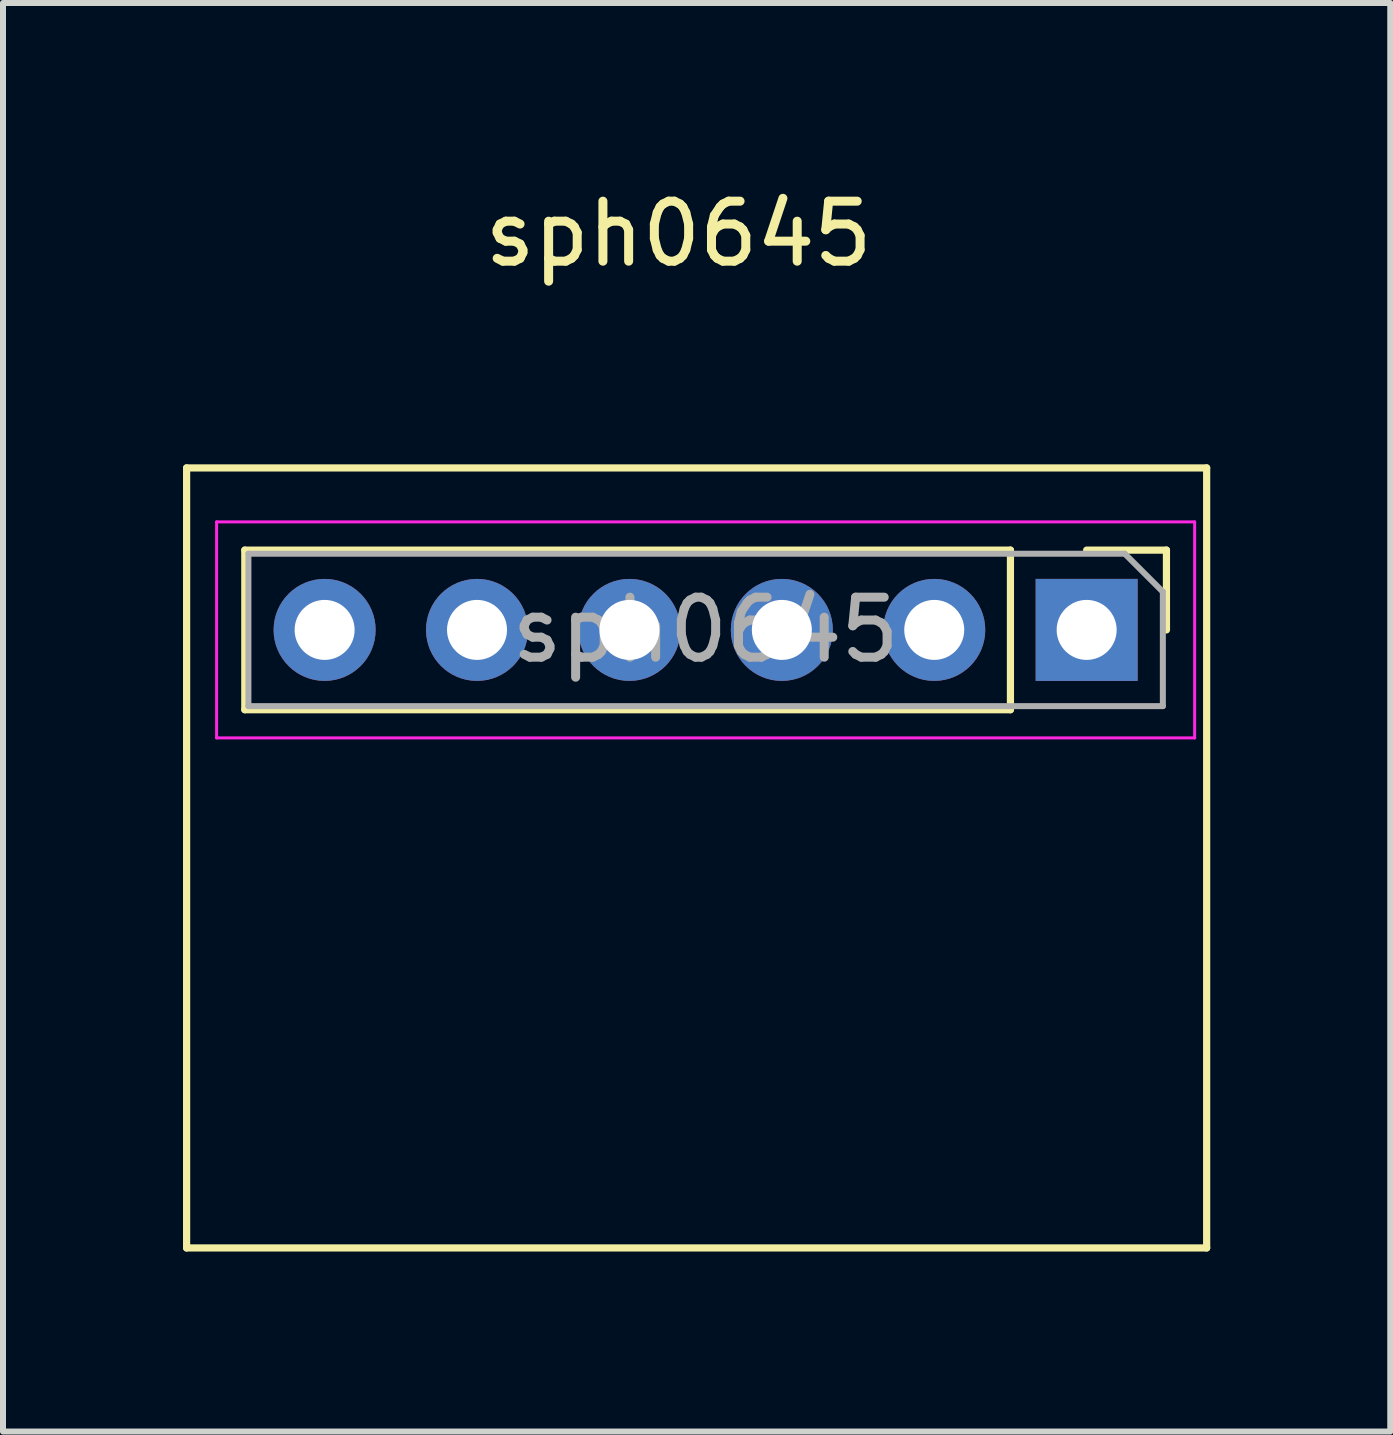
<source format=kicad_pcb>
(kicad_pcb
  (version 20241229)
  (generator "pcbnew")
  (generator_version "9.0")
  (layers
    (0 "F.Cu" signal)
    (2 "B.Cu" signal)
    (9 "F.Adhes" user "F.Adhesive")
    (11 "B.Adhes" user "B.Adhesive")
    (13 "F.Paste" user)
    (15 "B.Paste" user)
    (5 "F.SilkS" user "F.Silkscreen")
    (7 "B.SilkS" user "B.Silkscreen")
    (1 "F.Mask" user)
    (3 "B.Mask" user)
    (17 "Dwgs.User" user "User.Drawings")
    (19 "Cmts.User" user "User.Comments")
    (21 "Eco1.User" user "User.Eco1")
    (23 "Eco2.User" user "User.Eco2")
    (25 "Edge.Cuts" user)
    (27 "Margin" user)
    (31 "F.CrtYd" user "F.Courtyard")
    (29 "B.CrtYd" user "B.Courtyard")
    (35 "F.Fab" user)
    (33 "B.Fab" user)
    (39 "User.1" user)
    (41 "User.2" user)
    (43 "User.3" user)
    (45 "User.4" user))
  (footprint "sph0645"
    (layer "F.Cu")
    (at 8.26 8.048)
    (property "Reference" "sph0645" (at 0 -7.2 180) (layer "F.SilkS") (effects (font (size 1 1) (thickness 0.15))))
    (attr through_hole)
    (fp_line (start -8.2 -3.3) (end 8.8 -3.3) (stroke (width 0.12) (type solid)) (layer "F.SilkS"))
    (fp_line (start -8.2 9.7) (end -8.2 -3.3) (stroke (width 0.12) (type solid)) (layer "F.SilkS"))
    (fp_line (start -7.23 -1.93) (end -7.23 0.73) (stroke (width 0.12) (type solid)) (layer "F.SilkS"))
    (fp_line (start 5.53 -1.93) (end -7.23 -1.93) (stroke (width 0.12) (type solid)) (layer "F.SilkS"))
    (fp_line (start 5.53 -1.93) (end 5.53 0.73) (stroke (width 0.12) (type solid)) (layer "F.SilkS"))
    (fp_line (start 5.53 0.73) (end -7.23 0.73) (stroke (width 0.12) (type solid)) (layer "F.SilkS"))
    (fp_line (start 6.8 -1.93) (end 8.13 -1.93) (stroke (width 0.12) (type solid)) (layer "F.SilkS"))
    (fp_line (start 8.13 -1.93) (end 8.13 -0.6) (stroke (width 0.12) (type solid)) (layer "F.SilkS"))
    (fp_line (start 8.8 -3.3) (end 8.8 9.7) (stroke (width 0.12) (type solid)) (layer "F.SilkS"))
    (fp_line (start 8.8 9.7) (end -8.2 9.7) (stroke (width 0.12) (type solid)) (layer "F.SilkS"))
    (fp_line (start -7.7 -2.4) (end -7.7 1.2) (stroke (width 0.05) (type solid)) (layer "F.CrtYd"))
    (fp_line (start -7.7 1.2) (end 8.6 1.2) (stroke (width 0.05) (type solid)) (layer "F.CrtYd"))
    (fp_line (start 8.6 -2.4) (end -7.7 -2.4) (stroke (width 0.05) (type solid)) (layer "F.CrtYd"))
    (fp_line (start 8.6 1.2) (end 8.6 -2.4) (stroke (width 0.05) (type solid)) (layer "F.CrtYd"))
    (fp_line (start -7.17 -1.87) (end 7.435 -1.87) (stroke (width 0.1) (type solid)) (layer "F.Fab"))
    (fp_line (start -7.17 0.67) (end -7.17 -1.87) (stroke (width 0.1) (type solid)) (layer "F.Fab"))
    (fp_line (start 7.435 -1.87) (end 8.07 -1.235) (stroke (width 0.1) (type solid)) (layer "F.Fab"))
    (fp_line (start 8.07 -1.235) (end 8.07 0.67) (stroke (width 0.1) (type solid)) (layer "F.Fab"))
    (fp_line (start 8.07 0.67) (end -7.17 0.67) (stroke (width 0.1) (type solid)) (layer "F.Fab"))
    (fp_text user "${REFERENCE}" (at 0.45 -0.6 0) (layer "F.Fab") (effects (font (size 1 1) (thickness 0.15))))
    (pad "1" thru_hole rect (at 6.8 -0.6 270) (size 1.7 1.7) (drill 1) (layers "*.Cu" "*.Mask"))
    (pad "2" thru_hole oval (at 4.26 -0.6 270) (size 1.7 1.7) (drill 1) (layers "*.Cu" "*.Mask"))
    (pad "3" thru_hole oval (at 1.72 -0.6 270) (size 1.7 1.7) (drill 1) (layers "*.Cu" "*.Mask"))
    (pad "4" thru_hole oval (at -0.82 -0.6 270) (size 1.7 1.7) (drill 1) (layers "*.Cu" "*.Mask"))
    (pad "5" thru_hole oval (at -3.36 -0.6 270) (size 1.7 1.7) (drill 1) (layers "*.Cu" "*.Mask"))
    (pad "6" thru_hole oval (at -5.9 -0.6 270) (size 1.7 1.7) (drill 1) (layers "*.Cu" "*.Mask")))
  (gr_rect
    (start -3 -3)
    (end 20.12 20.808)
    (stroke (width 0.1) (type default))
    (fill no)
    (layer "Edge.Cuts")))
</source>
